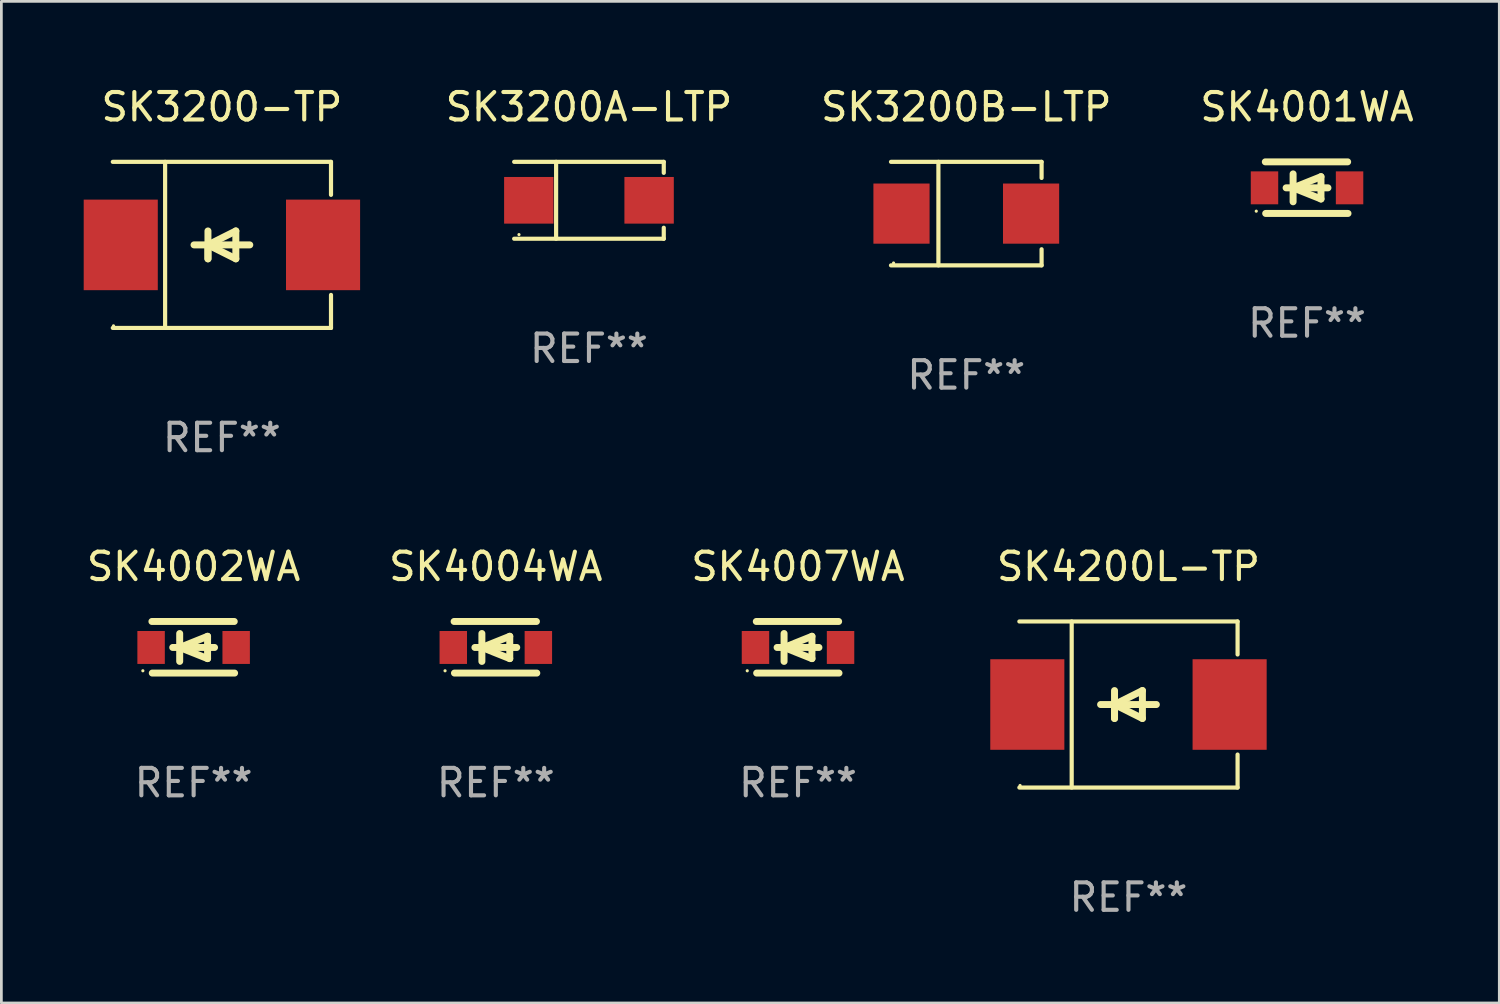
<source format=kicad_pcb>
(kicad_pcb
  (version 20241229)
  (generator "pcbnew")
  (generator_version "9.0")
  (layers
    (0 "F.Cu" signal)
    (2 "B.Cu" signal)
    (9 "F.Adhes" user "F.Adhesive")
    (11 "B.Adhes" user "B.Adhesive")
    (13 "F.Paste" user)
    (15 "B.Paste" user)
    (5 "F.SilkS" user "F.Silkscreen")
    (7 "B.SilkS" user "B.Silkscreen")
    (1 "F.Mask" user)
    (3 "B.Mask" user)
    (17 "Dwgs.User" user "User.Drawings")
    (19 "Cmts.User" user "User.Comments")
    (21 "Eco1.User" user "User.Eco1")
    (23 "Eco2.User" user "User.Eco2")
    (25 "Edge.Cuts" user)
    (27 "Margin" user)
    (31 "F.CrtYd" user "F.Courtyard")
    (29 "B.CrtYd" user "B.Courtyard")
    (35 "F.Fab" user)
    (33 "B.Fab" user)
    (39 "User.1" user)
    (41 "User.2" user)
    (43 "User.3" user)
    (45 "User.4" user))
  (footprint "SK3200B-LTP"
    (layer "F.Cu")
    (at 32.162 4.734)
    (property "Reference" "SK3200B-LTP" (at 0 -3.886 0) (layer "F.SilkS") (effects (font (size 1 1) (thickness 0.15))))
    (attr through_hole)
    (fp_line (start -2.744 -1.886) (end 2.744 -1.886) (stroke (width 0.152) (type solid)) (layer "F.SilkS"))
    (fp_line (start -2.744 1.886) (end 2.744 1.886) (stroke (width 0.152) (type solid)) (layer "F.SilkS"))
    (fp_line (start -1.016 -1.886) (end -1.016 1.886) (stroke (width 0.152) (type solid)) (layer "F.SilkS"))
    (fp_line (start 2.744 -1.886) (end 2.744 -1.299) (stroke (width 0.152) (type solid)) (layer "F.SilkS"))
    (fp_line (start 2.744 1.886) (end 2.744 1.299) (stroke (width 0.152) (type solid)) (layer "F.SilkS"))
    (fp_circle (center -2.65 1.8) (end -2.62 1.8) (stroke (width 0.06) (type solid)) (fill no) (layer "F.SilkS"))
    (fp_text user "REF**" (at 0 5.886 0) (layer "F.Fab") (effects (font (size 1 1) (thickness 0.15))))
    (pad "1" smd rect (at -2.361 0) (size 2.047 2.192) (layers "F.Cu" "F.Mask" "F.Paste"))
    (pad "2" smd rect (at 2.361 0) (size 2.047 2.192) (layers "F.Cu" "F.Mask" "F.Paste")))
  (footprint "SK4001WA"
    (layer "F.Cu")
    (at 44.579 3.788)
    (property "Reference" "SK4001WA" (at 0 -2.94 0) (layer "F.SilkS") (effects (font (size 1 1) (thickness 0.15))))
    (attr through_hole)
    (fp_line (start -1.52 -0.94) (end 1.48 -0.94) (stroke (width 0.254) (type solid)) (layer "F.SilkS"))
    (fp_line (start -1.507 0.94) (end 1.493 0.94) (stroke (width 0.254) (type solid)) (layer "F.SilkS"))
    (fp_line (start -0.762 0.007) (end 0.762 0.007) (stroke (width 0.254) (type solid)) (layer "F.SilkS"))
    (fp_line (start -0.508 -0.501) (end -0.508 0.515) (stroke (width 0.254) (type solid)) (layer "F.SilkS"))
    (fp_line (start -0.508 0.007) (end 0.508 -0.4) (stroke (width 0.254) (type solid)) (layer "F.SilkS"))
    (fp_line (start 0.508 -0.4) (end 0.508 0.413) (stroke (width 0.254) (type solid)) (layer "F.SilkS"))
    (fp_line (start 0.508 0.413) (end -0.508 0.007) (stroke (width 0.254) (type solid)) (layer "F.SilkS"))
    (fp_circle (center -1.85 0.857) (end -1.82 0.857) (stroke (width 0.06) (type solid)) (fill no) (layer "F.SilkS"))
    (fp_text user "REF**" (at 0 4.94 0) (layer "F.Fab") (effects (font (size 1 1) (thickness 0.15))))
    (pad "1" smd rect (at -1.55 0.007) (size 1 1.2) (layers "F.Cu" "F.Mask" "F.Paste"))
    (pad "2" smd rect (at 1.55 0.007) (size 1 1.2) (layers "F.Cu" "F.Mask" "F.Paste")))
  (footprint "SK4200L-TP"
    (layer "F.Cu")
    (at 38.072 22.623)
    (property "Reference" "SK4200L-TP" (at 0 -5.026 0) (layer "F.SilkS") (effects (font (size 1 1) (thickness 0.15))))
    (attr through_hole)
    (fp_line (start -3.976 -3.026) (end 3.976 -3.026) (stroke (width 0.152) (type solid)) (layer "F.SilkS"))
    (fp_line (start -3.976 3.026) (end 3.976 3.026) (stroke (width 0.152) (type solid)) (layer "F.SilkS"))
    (fp_line (start -2.069 -3.026) (end -2.069 3.026) (stroke (width 0.152) (type solid)) (layer "F.SilkS"))
    (fp_line (start -0.508 0) (end -0.508 0.508) (stroke (width 0.254) (type solid)) (layer "F.SilkS"))
    (fp_line (start -0.508 0) (end 0.508 0.508) (stroke (width 0.254) (type solid)) (layer "F.SilkS"))
    (fp_line (start -0.508 0.508) (end -0.508 -0.508) (stroke (width 0.254) (type solid)) (layer "F.SilkS"))
    (fp_line (start 0.508 -0.508) (end -0.508 0) (stroke (width 0.254) (type solid)) (layer "F.SilkS"))
    (fp_line (start 0.508 0.508) (end 0.508 -0.508) (stroke (width 0.254) (type solid)) (layer "F.SilkS"))
    (fp_line (start 1.016 0) (end -1.016 0) (stroke (width 0.254) (type solid)) (layer "F.SilkS"))
    (fp_line (start 3.976 -3.026) (end 3.976 -1.823) (stroke (width 0.152) (type solid)) (layer "F.SilkS"))
    (fp_line (start 3.976 3.026) (end 3.976 1.823) (stroke (width 0.152) (type solid)) (layer "F.SilkS"))
    (fp_circle (center -3.95 2.95) (end -3.92 2.95) (stroke (width 0.06) (type solid)) (fill no) (layer "F.SilkS"))
    (fp_text user "REF**" (at 0 7.026 0) (layer "F.Fab") (effects (font (size 1 1) (thickness 0.15))))
    (pad "1" smd rect (at -3.686 0) (size 2.7 3.3) (layers "F.Cu" "F.Mask" "F.Paste"))
    (pad "2" smd rect (at 3.686 0) (size 2.7 3.3) (layers "F.Cu" "F.Mask" "F.Paste")))
  (footprint "SK4002WA"
    (layer "F.Cu")
    (at 4.006 20.537)
    (property "Reference" "SK4002WA" (at 0 -2.94 0) (layer "F.SilkS") (effects (font (size 1 1) (thickness 0.15))))
    (attr through_hole)
    (fp_line (start -1.52 -0.94) (end 1.48 -0.94) (stroke (width 0.254) (type solid)) (layer "F.SilkS"))
    (fp_line (start -1.507 0.94) (end 1.493 0.94) (stroke (width 0.254) (type solid)) (layer "F.SilkS"))
    (fp_line (start -0.762 0.007) (end 0.762 0.007) (stroke (width 0.254) (type solid)) (layer "F.SilkS"))
    (fp_line (start -0.508 -0.501) (end -0.508 0.515) (stroke (width 0.254) (type solid)) (layer "F.SilkS"))
    (fp_line (start -0.508 0.007) (end 0.508 -0.4) (stroke (width 0.254) (type solid)) (layer "F.SilkS"))
    (fp_line (start 0.508 -0.4) (end 0.508 0.413) (stroke (width 0.254) (type solid)) (layer "F.SilkS"))
    (fp_line (start 0.508 0.413) (end -0.508 0.007) (stroke (width 0.254) (type solid)) (layer "F.SilkS"))
    (fp_circle (center -1.85 0.857) (end -1.82 0.857) (stroke (width 0.06) (type solid)) (fill no) (layer "F.SilkS"))
    (fp_text user "REF**" (at 0 4.94 0) (layer "F.Fab") (effects (font (size 1 1) (thickness 0.15))))
    (pad "1" smd rect (at -1.55 0.007) (size 1 1.2) (layers "F.Cu" "F.Mask" "F.Paste"))
    (pad "2" smd rect (at 1.55 0.007) (size 1 1.2) (layers "F.Cu" "F.Mask" "F.Paste")))
  (footprint "SK3200-TP"
    (layer "F.Cu")
    (at 5.036 5.874)
    (property "Reference" "SK3200-TP" (at 0 -5.026 0) (layer "F.SilkS") (effects (font (size 1 1) (thickness 0.15))))
    (attr through_hole)
    (fp_line (start -3.976 -3.026) (end 3.976 -3.026) (stroke (width 0.152) (type solid)) (layer "F.SilkS"))
    (fp_line (start -3.976 3.026) (end 3.976 3.026) (stroke (width 0.152) (type solid)) (layer "F.SilkS"))
    (fp_line (start -2.069 -3.026) (end -2.069 3.026) (stroke (width 0.152) (type solid)) (layer "F.SilkS"))
    (fp_line (start -0.508 0) (end -0.508 0.508) (stroke (width 0.254) (type solid)) (layer "F.SilkS"))
    (fp_line (start -0.508 0) (end 0.508 0.508) (stroke (width 0.254) (type solid)) (layer "F.SilkS"))
    (fp_line (start -0.508 0.508) (end -0.508 -0.508) (stroke (width 0.254) (type solid)) (layer "F.SilkS"))
    (fp_line (start 0.508 -0.508) (end -0.508 0) (stroke (width 0.254) (type solid)) (layer "F.SilkS"))
    (fp_line (start 0.508 0.508) (end 0.508 -0.508) (stroke (width 0.254) (type solid)) (layer "F.SilkS"))
    (fp_line (start 1.016 0) (end -1.016 0) (stroke (width 0.254) (type solid)) (layer "F.SilkS"))
    (fp_line (start 3.976 -3.026) (end 3.976 -1.823) (stroke (width 0.152) (type solid)) (layer "F.SilkS"))
    (fp_line (start 3.976 3.026) (end 3.976 1.823) (stroke (width 0.152) (type solid)) (layer "F.SilkS"))
    (fp_circle (center -3.95 2.95) (end -3.92 2.95) (stroke (width 0.06) (type solid)) (fill no) (layer "F.SilkS"))
    (fp_text user "REF**" (at 0 7.026 0) (layer "F.Fab") (effects (font (size 1 1) (thickness 0.15))))
    (pad "1" smd rect (at -3.686 0) (size 2.7 3.3) (layers "F.Cu" "F.Mask" "F.Paste"))
    (pad "2" smd rect (at 3.686 0) (size 2.7 3.3) (layers "F.Cu" "F.Mask" "F.Paste")))
  (footprint "SK4004WA"
    (layer "F.Cu")
    (at 15.018 20.537)
    (property "Reference" "SK4004WA" (at 0 -2.94 0) (layer "F.SilkS") (effects (font (size 1 1) (thickness 0.15))))
    (attr through_hole)
    (fp_line (start -1.52 -0.94) (end 1.48 -0.94) (stroke (width 0.254) (type solid)) (layer "F.SilkS"))
    (fp_line (start -1.507 0.94) (end 1.493 0.94) (stroke (width 0.254) (type solid)) (layer "F.SilkS"))
    (fp_line (start -0.762 0.007) (end 0.762 0.007) (stroke (width 0.254) (type solid)) (layer "F.SilkS"))
    (fp_line (start -0.508 -0.501) (end -0.508 0.515) (stroke (width 0.254) (type solid)) (layer "F.SilkS"))
    (fp_line (start -0.508 0.007) (end 0.508 -0.4) (stroke (width 0.254) (type solid)) (layer "F.SilkS"))
    (fp_line (start 0.508 -0.4) (end 0.508 0.413) (stroke (width 0.254) (type solid)) (layer "F.SilkS"))
    (fp_line (start 0.508 0.413) (end -0.508 0.007) (stroke (width 0.254) (type solid)) (layer "F.SilkS"))
    (fp_circle (center -1.85 0.857) (end -1.82 0.857) (stroke (width 0.06) (type solid)) (fill no) (layer "F.SilkS"))
    (fp_text user "REF**" (at 0 4.94 0) (layer "F.Fab") (effects (font (size 1 1) (thickness 0.15))))
    (pad "1" smd rect (at -1.55 0.007) (size 1 1.2) (layers "F.Cu" "F.Mask" "F.Paste"))
    (pad "2" smd rect (at 1.55 0.007) (size 1 1.2) (layers "F.Cu" "F.Mask" "F.Paste")))
  (footprint "SK4007WA"
    (layer "F.Cu")
    (at 26.03 20.537)
    (property "Reference" "SK4007WA" (at 0 -2.94 0) (layer "F.SilkS") (effects (font (size 1 1) (thickness 0.15))))
    (attr through_hole)
    (fp_line (start -1.52 -0.94) (end 1.48 -0.94) (stroke (width 0.254) (type solid)) (layer "F.SilkS"))
    (fp_line (start -1.507 0.94) (end 1.493 0.94) (stroke (width 0.254) (type solid)) (layer "F.SilkS"))
    (fp_line (start -0.762 0.007) (end 0.762 0.007) (stroke (width 0.254) (type solid)) (layer "F.SilkS"))
    (fp_line (start -0.508 -0.501) (end -0.508 0.515) (stroke (width 0.254) (type solid)) (layer "F.SilkS"))
    (fp_line (start -0.508 0.007) (end 0.508 -0.4) (stroke (width 0.254) (type solid)) (layer "F.SilkS"))
    (fp_line (start 0.508 -0.4) (end 0.508 0.413) (stroke (width 0.254) (type solid)) (layer "F.SilkS"))
    (fp_line (start 0.508 0.413) (end -0.508 0.007) (stroke (width 0.254) (type solid)) (layer "F.SilkS"))
    (fp_circle (center -1.85 0.857) (end -1.82 0.857) (stroke (width 0.06) (type solid)) (fill no) (layer "F.SilkS"))
    (fp_text user "REF**" (at 0 4.94 0) (layer "F.Fab") (effects (font (size 1 1) (thickness 0.15))))
    (pad "1" smd rect (at -1.55 0.007) (size 1 1.2) (layers "F.Cu" "F.Mask" "F.Paste"))
    (pad "2" smd rect (at 1.55 0.007) (size 1 1.2) (layers "F.Cu" "F.Mask" "F.Paste")))
  (footprint "SK3200A-LTP"
    (layer "F.Cu")
    (at 18.412 4.249)
    (property "Reference" "SK3200A-LTP" (at 0 -3.401 0) (layer "F.SilkS") (effects (font (size 1 1) (thickness 0.15))))
    (attr through_hole)
    (fp_line (start -2.726 -1.401) (end 2.726 -1.401) (stroke (width 0.152) (type solid)) (layer "F.SilkS"))
    (fp_line (start -2.726 1.401) (end 2.726 1.401) (stroke (width 0.152) (type solid)) (layer "F.SilkS"))
    (fp_line (start -1.197 -1.401) (end -1.197 1.401) (stroke (width 0.152) (type solid)) (layer "F.SilkS"))
    (fp_line (start 2.726 -1.401) (end 2.726 -1) (stroke (width 0.152) (type solid)) (layer "F.SilkS"))
    (fp_line (start 2.726 1.401) (end 2.726 1) (stroke (width 0.152) (type solid)) (layer "F.SilkS"))
    (fp_circle (center -2.55 1.25) (end -2.52 1.25) (stroke (width 0.06) (type solid)) (fill no) (layer "F.SilkS"))
    (fp_text user "REF**" (at 0 5.401 0) (layer "F.Fab") (effects (font (size 1 1) (thickness 0.15))))
    (pad "1" smd rect (at -2.192 0) (size 1.8 1.7) (layers "F.Cu" "F.Mask" "F.Paste"))
    (pad "2" smd rect (at 2.192 0) (size 1.8 1.7) (layers "F.Cu" "F.Mask" "F.Paste")))
  (gr_rect
    (start -3 -3)
    (end 51.585 33.498)
    (stroke (width 0.1) (type default))
    (fill no)
    (layer "Edge.Cuts")))
</source>
